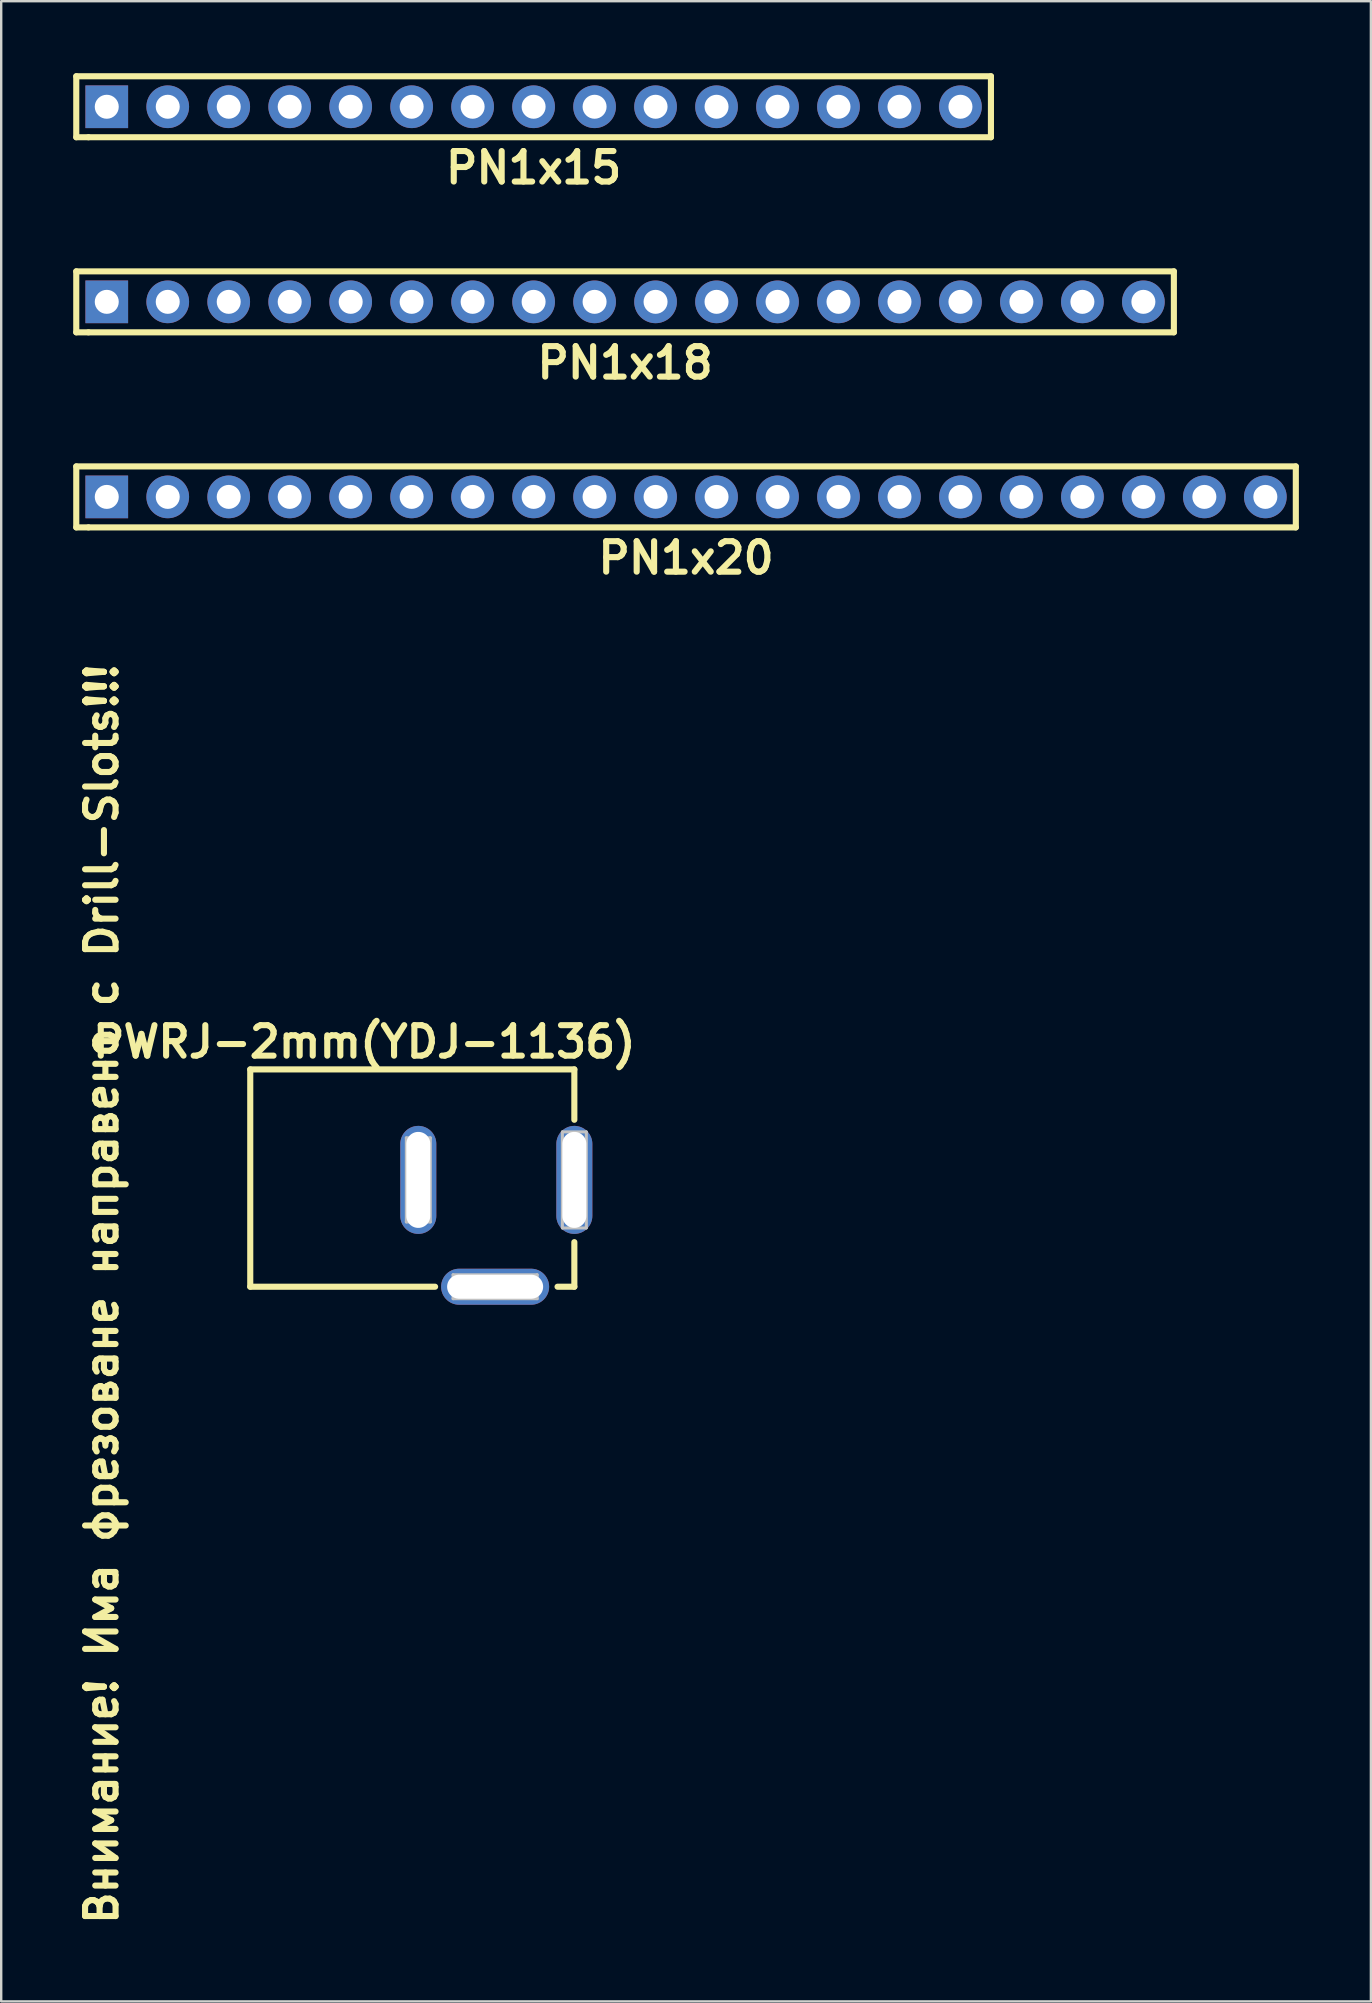
<source format=kicad_pcb>
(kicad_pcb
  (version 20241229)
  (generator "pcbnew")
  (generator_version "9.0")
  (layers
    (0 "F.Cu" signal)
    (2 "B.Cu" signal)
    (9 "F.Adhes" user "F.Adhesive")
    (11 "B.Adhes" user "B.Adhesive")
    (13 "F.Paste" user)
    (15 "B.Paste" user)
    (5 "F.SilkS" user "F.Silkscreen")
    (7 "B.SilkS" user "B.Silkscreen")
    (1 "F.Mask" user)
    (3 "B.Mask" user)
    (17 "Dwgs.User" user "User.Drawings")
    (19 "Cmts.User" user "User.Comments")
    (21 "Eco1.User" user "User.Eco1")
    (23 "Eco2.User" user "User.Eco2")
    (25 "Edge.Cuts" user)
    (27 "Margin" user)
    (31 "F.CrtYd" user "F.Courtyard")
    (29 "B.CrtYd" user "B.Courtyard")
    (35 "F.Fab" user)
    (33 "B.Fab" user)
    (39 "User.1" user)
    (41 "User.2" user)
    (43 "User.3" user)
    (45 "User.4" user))
  (footprint "PWRJ-2mm(YDJ-1136)"
    (layer "F.Cu")
    (at 20.874 50.848)
    (property "Reference" "PWRJ-2mm(YDJ-1136)" (at -8.75 -10.5 0) (layer "F.SilkS") (effects (font (size 1.27 1.27) (thickness 0.254))))
    (attr smd)
    (fp_line (start -13.5 -9.352) (end -13.5 -0.3) (stroke (width 0.254) (type solid)) (layer "F.SilkS"))
    (fp_line (start -13.5 -0.3) (end -5.8 -0.3) (stroke (width 0.254) (type solid)) (layer "F.SilkS"))
    (fp_line (start 0 -9.352) (end -13.5 -9.352) (stroke (width 0.254) (type solid)) (layer "F.SilkS"))
    (fp_line (start 0 -9.352) (end 0 -7.254) (stroke (width 0.254) (type solid)) (layer "F.SilkS"))
    (fp_line (start 0 -0.3) (end -0.7 -0.3) (stroke (width 0.254) (type solid)) (layer "F.SilkS"))
    (fp_line (start 0 -0.3) (end 0 -2.158) (stroke (width 0.254) (type solid)) (layer "F.SilkS"))
    (fp_line (start -6.998 -6.5) (end -6.998 -3) (stroke (width 0.127) (type solid)) (layer "Dwgs.User"))
    (fp_line (start -6.998 -3) (end -5.999 -3) (stroke (width 0.127) (type solid)) (layer "Dwgs.User"))
    (fp_line (start -5.999 -6.5) (end -6.998 -6.5) (stroke (width 0.127) (type solid)) (layer "Dwgs.User"))
    (fp_line (start -5.999 -3) (end -5.999 -6.5) (stroke (width 0.127) (type solid)) (layer "Dwgs.User"))
    (fp_line (start -5.05 -0.798) (end -5.05 0.198) (stroke (width 0.127) (type solid)) (layer "Dwgs.User"))
    (fp_line (start -5.05 0.198) (end -1.549 0.198) (stroke (width 0.127) (type solid)) (layer "Dwgs.User"))
    (fp_line (start -1.549 -0.798) (end -5.05 -0.798) (stroke (width 0.127) (type solid)) (layer "Dwgs.User"))
    (fp_line (start -1.549 0.198) (end -1.549 -0.798) (stroke (width 0.127) (type solid)) (layer "Dwgs.User"))
    (fp_line (start -0.498 -6.749) (end -0.498 -2.748) (stroke (width 0.127) (type solid)) (layer "Dwgs.User"))
    (fp_line (start -0.498 -2.748) (end 0.498 -2.748) (stroke (width 0.127) (type solid)) (layer "Dwgs.User"))
    (fp_line (start 0.498 -6.749) (end -0.498 -6.749) (stroke (width 0.127) (type solid)) (layer "Dwgs.User"))
    (fp_line (start 0.498 -2.748) (end 0.498 -6.749) (stroke (width 0.127) (type solid)) (layer "Dwgs.User"))
    (fp_text user "Внимание! Има фрезоване направено с Drill-Slots!!!" (at -19.685 0 90) (layer "F.SilkS") (effects (font (size 1.27 1.27) (thickness 0.254))))
    (pad "+" thru_hole oval (at 0 -4.75) (size 1.5 4.5) (drill oval 1 4) (layers "*.Cu" "*.Mask"))
    (pad "-" thru_hole oval (at -6.5 -4.75) (size 1.5 4.5) (drill oval 1 4) (layers "*.Cu" "*.Mask"))
    (pad "-" thru_hole oval (at -3.3 -0.3) (size 4.5 1.5) (drill oval 4 1) (layers "*.Cu" "*.Mask")))
  (footprint "PN1x20"
    (layer "F.Cu")
    (at 25.527 17.648)
    (property "Reference" "PN1x20" (at 0 2.54 0) (layer "F.SilkS") (effects (font (size 1.27 1.27) (thickness 0.254))))
    (attr smd)
    (fp_line (start -25.4 -1.27) (end -25.4 1.27) (stroke (width 0.254) (type solid)) (layer "F.SilkS"))
    (fp_line (start -25.4 -1.27) (end 25.4 -1.27) (stroke (width 0.254) (type solid)) (layer "F.SilkS"))
    (fp_line (start -24.892 1.27) (end -25.4 1.27) (stroke (width 0.254) (type solid)) (layer "F.SilkS"))
    (fp_line (start 25.4 -1.27) (end 25.4 1.27) (stroke (width 0.254) (type solid)) (layer "F.SilkS"))
    (fp_line (start 25.4 1.27) (end -24.892 1.27) (stroke (width 0.254) (type solid)) (layer "F.SilkS"))
    (pad "1" thru_hole rect (at -24.13 0) (size 1.778 1.778) (drill 1) (layers "*.Cu" "*.Mask"))
    (pad "2" thru_hole circle (at -21.59 0) (size 1.778 1.778) (drill 1) (layers "*.Cu" "*.Mask"))
    (pad "3" thru_hole circle (at -19.05 0) (size 1.778 1.778) (drill 1) (layers "*.Cu" "*.Mask"))
    (pad "4" thru_hole circle (at -16.51 0) (size 1.778 1.778) (drill 1) (layers "*.Cu" "*.Mask"))
    (pad "5" thru_hole circle (at -13.97 0) (size 1.778 1.778) (drill 1) (layers "*.Cu" "*.Mask"))
    (pad "6" thru_hole circle (at -11.43 0) (size 1.778 1.778) (drill 1) (layers "*.Cu" "*.Mask"))
    (pad "7" thru_hole circle (at -8.89 0) (size 1.778 1.778) (drill 1) (layers "*.Cu" "*.Mask"))
    (pad "8" thru_hole circle (at -6.35 0) (size 1.778 1.778) (drill 1) (layers "*.Cu" "*.Mask"))
    (pad "9" thru_hole circle (at -3.81 0) (size 1.778 1.778) (drill 1) (layers "*.Cu" "*.Mask"))
    (pad "10" thru_hole circle (at -1.27 0) (size 1.778 1.778) (drill 1) (layers "*.Cu" "*.Mask"))
    (pad "11" thru_hole circle (at 1.27 0) (size 1.778 1.778) (drill 1) (layers "*.Cu" "*.Mask"))
    (pad "12" thru_hole circle (at 3.81 0) (size 1.778 1.778) (drill 1) (layers "*.Cu" "*.Mask"))
    (pad "13" thru_hole circle (at 6.35 0) (size 1.778 1.778) (drill 1) (layers "*.Cu" "*.Mask"))
    (pad "14" thru_hole circle (at 8.89 0) (size 1.778 1.778) (drill 1) (layers "*.Cu" "*.Mask"))
    (pad "15" thru_hole circle (at 11.43 0) (size 1.778 1.778) (drill 1) (layers "*.Cu" "*.Mask"))
    (pad "16" thru_hole circle (at 13.97 0) (size 1.778 1.778) (drill 1) (layers "*.Cu" "*.Mask"))
    (pad "17" thru_hole circle (at 16.51 0) (size 1.778 1.778) (drill 1) (layers "*.Cu" "*.Mask"))
    (pad "18" thru_hole circle (at 19.05 0) (size 1.778 1.778) (drill 1) (layers "*.Cu" "*.Mask"))
    (pad "19" thru_hole circle (at 21.59 0) (size 1.778 1.778) (drill 1) (layers "*.Cu" "*.Mask"))
    (pad "20" thru_hole circle (at 24.13 0) (size 1.778 1.778) (drill 1) (layers "*.Cu" "*.Mask")))
  (footprint "PN1x18"
    (layer "F.Cu")
    (at 22.987 9.523)
    (property "Reference" "PN1x18" (at 0 2.54 0) (layer "F.SilkS") (effects (font (size 1.27 1.27) (thickness 0.254))))
    (attr smd)
    (fp_line (start -22.86 -1.27) (end -22.86 1.27) (stroke (width 0.254) (type solid)) (layer "F.SilkS"))
    (fp_line (start -22.86 -1.27) (end 22.86 -1.27) (stroke (width 0.254) (type solid)) (layer "F.SilkS"))
    (fp_line (start -22.352 1.27) (end -22.86 1.27) (stroke (width 0.254) (type solid)) (layer "F.SilkS"))
    (fp_line (start 22.86 -1.27) (end 22.86 1.27) (stroke (width 0.254) (type solid)) (layer "F.SilkS"))
    (fp_line (start 22.86 1.27) (end -22.352 1.27) (stroke (width 0.254) (type solid)) (layer "F.SilkS"))
    (pad "1" thru_hole rect (at -21.59 0) (size 1.778 1.778) (drill 1) (layers "*.Cu" "*.Mask"))
    (pad "2" thru_hole circle (at -19.05 0) (size 1.778 1.778) (drill 1) (layers "*.Cu" "*.Mask"))
    (pad "3" thru_hole circle (at -16.51 0) (size 1.778 1.778) (drill 1) (layers "*.Cu" "*.Mask"))
    (pad "4" thru_hole circle (at -13.97 0) (size 1.778 1.778) (drill 1) (layers "*.Cu" "*.Mask"))
    (pad "5" thru_hole circle (at -11.43 0) (size 1.778 1.778) (drill 1) (layers "*.Cu" "*.Mask"))
    (pad "6" thru_hole circle (at -8.89 0) (size 1.778 1.778) (drill 1) (layers "*.Cu" "*.Mask"))
    (pad "7" thru_hole circle (at -6.35 0) (size 1.778 1.778) (drill 1) (layers "*.Cu" "*.Mask"))
    (pad "8" thru_hole circle (at -3.81 0) (size 1.778 1.778) (drill 1) (layers "*.Cu" "*.Mask"))
    (pad "9" thru_hole circle (at -1.27 0) (size 1.778 1.778) (drill 1) (layers "*.Cu" "*.Mask"))
    (pad "10" thru_hole circle (at 1.27 0) (size 1.778 1.778) (drill 1) (layers "*.Cu" "*.Mask"))
    (pad "11" thru_hole circle (at 3.81 0) (size 1.778 1.778) (drill 1) (layers "*.Cu" "*.Mask"))
    (pad "12" thru_hole circle (at 6.35 0) (size 1.778 1.778) (drill 1) (layers "*.Cu" "*.Mask"))
    (pad "13" thru_hole circle (at 8.89 0) (size 1.778 1.778) (drill 1) (layers "*.Cu" "*.Mask"))
    (pad "14" thru_hole circle (at 11.43 0) (size 1.778 1.778) (drill 1) (layers "*.Cu" "*.Mask"))
    (pad "15" thru_hole circle (at 13.97 0) (size 1.778 1.778) (drill 1) (layers "*.Cu" "*.Mask"))
    (pad "16" thru_hole circle (at 16.51 0) (size 1.778 1.778) (drill 1) (layers "*.Cu" "*.Mask"))
    (pad "17" thru_hole circle (at 19.05 0) (size 1.778 1.778) (drill 1) (layers "*.Cu" "*.Mask"))
    (pad "18" thru_hole circle (at 21.59 0) (size 1.778 1.778) (drill 1) (layers "*.Cu" "*.Mask")))
  (footprint "PN1x15"
    (layer "F.Cu")
    (at 19.177 1.397)
    (property "Reference" "PN1x15" (at 0 2.54 0) (layer "F.SilkS") (effects (font (size 1.27 1.27) (thickness 0.254))))
    (attr smd)
    (fp_line (start -19.05 -1.27) (end -19.05 1.27) (stroke (width 0.254) (type solid)) (layer "F.SilkS"))
    (fp_line (start -19.05 -1.27) (end 19.05 -1.27) (stroke (width 0.254) (type solid)) (layer "F.SilkS"))
    (fp_line (start -18.542 1.27) (end -19.05 1.27) (stroke (width 0.254) (type solid)) (layer "F.SilkS"))
    (fp_line (start 19.05 -1.27) (end 19.05 1.27) (stroke (width 0.254) (type solid)) (layer "F.SilkS"))
    (fp_line (start 19.05 1.27) (end -18.542 1.27) (stroke (width 0.254) (type solid)) (layer "F.SilkS"))
    (pad "1" thru_hole rect (at -17.78 0) (size 1.778 1.778) (drill 1) (layers "*.Cu" "*.Mask"))
    (pad "2" thru_hole circle (at -15.24 0) (size 1.778 1.778) (drill 1) (layers "*.Cu" "*.Mask"))
    (pad "3" thru_hole circle (at -12.7 0) (size 1.778 1.778) (drill 1) (layers "*.Cu" "*.Mask"))
    (pad "4" thru_hole circle (at -10.16 0) (size 1.778 1.778) (drill 1) (layers "*.Cu" "*.Mask"))
    (pad "5" thru_hole circle (at -7.62 0) (size 1.778 1.778) (drill 1) (layers "*.Cu" "*.Mask"))
    (pad "6" thru_hole circle (at -5.08 0) (size 1.778 1.778) (drill 1) (layers "*.Cu" "*.Mask"))
    (pad "7" thru_hole circle (at -2.54 0) (size 1.778 1.778) (drill 1) (layers "*.Cu" "*.Mask"))
    (pad "8" thru_hole circle (at 0 0) (size 1.778 1.778) (drill 1) (layers "*.Cu" "*.Mask"))
    (pad "9" thru_hole circle (at 2.54 0) (size 1.778 1.778) (drill 1) (layers "*.Cu" "*.Mask"))
    (pad "10" thru_hole circle (at 5.08 0) (size 1.778 1.778) (drill 1) (layers "*.Cu" "*.Mask"))
    (pad "11" thru_hole circle (at 7.62 0) (size 1.778 1.778) (drill 1) (layers "*.Cu" "*.Mask"))
    (pad "12" thru_hole circle (at 10.16 0) (size 1.778 1.778) (drill 1) (layers "*.Cu" "*.Mask"))
    (pad "13" thru_hole circle (at 12.7 0) (size 1.778 1.778) (drill 1) (layers "*.Cu" "*.Mask"))
    (pad "14" thru_hole circle (at 15.24 0) (size 1.778 1.778) (drill 1) (layers "*.Cu" "*.Mask"))
    (pad "15" thru_hole circle (at 17.78 0) (size 1.778 1.778) (drill 1) (layers "*.Cu" "*.Mask")))
  (gr_rect
    (start -3 -3)
    (end 54.054 80.318)
    (stroke (width 0.1) (type default))
    (fill no)
    (layer "Edge.Cuts")))
</source>
